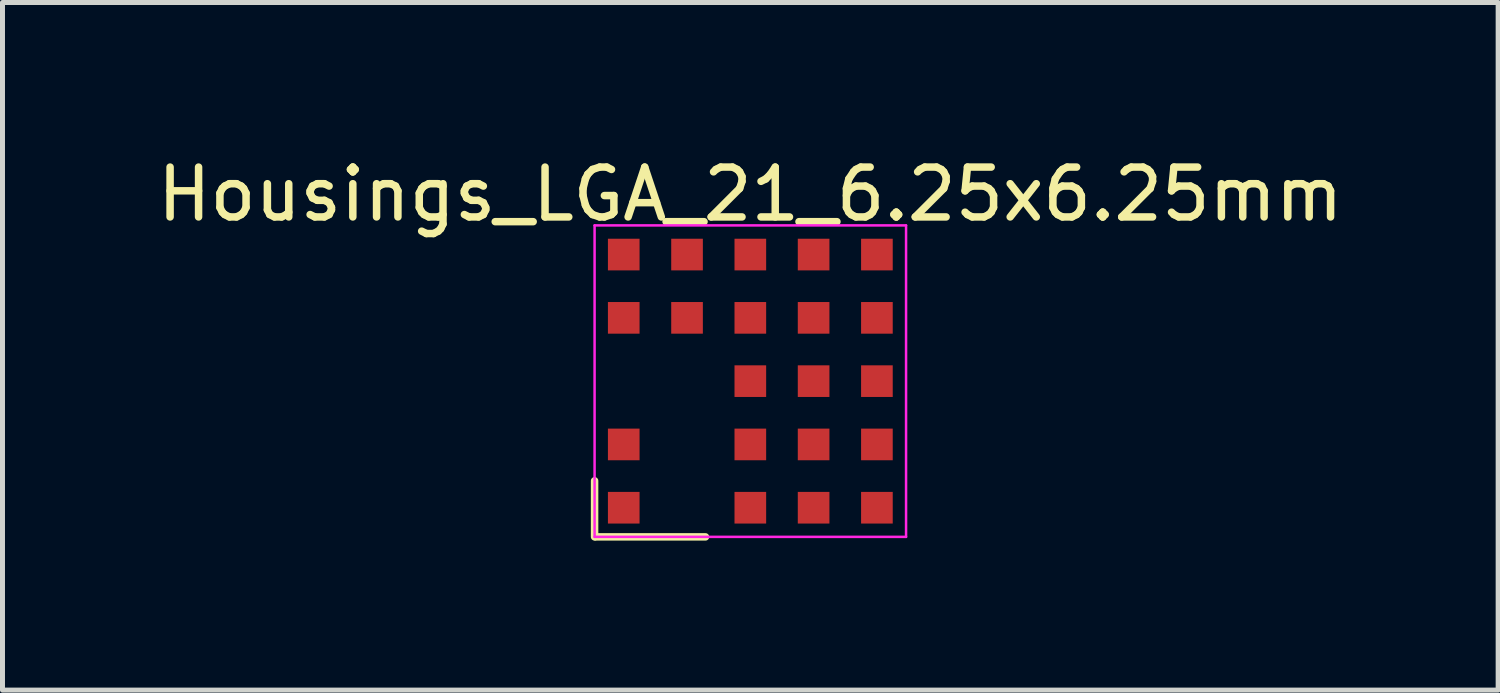
<source format=kicad_pcb>
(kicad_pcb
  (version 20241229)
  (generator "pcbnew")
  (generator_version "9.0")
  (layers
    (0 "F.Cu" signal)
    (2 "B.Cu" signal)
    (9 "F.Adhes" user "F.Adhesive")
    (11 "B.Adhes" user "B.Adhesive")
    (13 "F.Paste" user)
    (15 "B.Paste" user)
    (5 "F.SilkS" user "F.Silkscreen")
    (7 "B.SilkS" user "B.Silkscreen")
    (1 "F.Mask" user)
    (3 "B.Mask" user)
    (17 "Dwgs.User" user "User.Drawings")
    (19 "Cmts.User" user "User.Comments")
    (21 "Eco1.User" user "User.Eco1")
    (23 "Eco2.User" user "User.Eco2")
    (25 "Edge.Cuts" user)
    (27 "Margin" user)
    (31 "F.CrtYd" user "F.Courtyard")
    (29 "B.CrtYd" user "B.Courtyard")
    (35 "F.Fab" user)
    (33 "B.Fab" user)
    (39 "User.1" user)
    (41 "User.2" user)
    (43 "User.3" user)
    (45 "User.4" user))
  (footprint "Housings_LGA_21_6.25x6.25mm"
    (layer "F.Cu")
    (at 12.006 4.598)
    (property "Reference" "Housings_LGA_21_6.25x6.25mm" (at 0 -3.75 0) (layer "F.SilkS") (effects (font (size 1 1) (thickness 0.15))))
    (attr smd)
    (fp_line (start -3.125 3.125) (end -3.125 2) (stroke (width 0.15) (type solid)) (layer "F.SilkS"))
    (fp_line (start -3.1 3.125) (end -0.9 3.125) (stroke (width 0.15) (type solid)) (layer "F.SilkS"))
    (fp_line (start -3.125 -3.125) (end -3.125 3.125) (stroke (width 0.05) (type solid)) (layer "F.CrtYd"))
    (fp_line (start -3.125 -3.125) (end 3.125 -3.125) (stroke (width 0.05) (type solid)) (layer "F.CrtYd"))
    (fp_line (start -3.125 3.125) (end 3.125 3.125) (stroke (width 0.05) (type solid)) (layer "F.CrtYd"))
    (fp_line (start 3.125 -3.125) (end 3.125 3.125) (stroke (width 0.05) (type solid)) (layer "F.CrtYd"))
    (pad "1" smd rect (at -2.54 1.27) (size 0.635 0.635) (layers "F.Cu" "F.Mask" "F.Paste"))
    (pad "1" smd rect (at -2.54 2.54) (size 0.635 0.635) (layers "F.Cu" "F.Mask" "F.Paste"))
    (pad "2" smd rect (at -2.54 -2.54) (size 0.635 0.635) (layers "F.Cu" "F.Mask" "F.Paste"))
    (pad "2" smd rect (at -2.54 -1.27) (size 0.635 0.635) (layers "F.Cu" "F.Mask" "F.Paste"))
    (pad "2" smd rect (at -1.27 -2.54) (size 0.635 0.635) (layers "F.Cu" "F.Mask" "F.Paste"))
    (pad "2" smd rect (at -1.27 -1.27) (size 0.635 0.635) (layers "F.Cu" "F.Mask" "F.Paste"))
    (pad "2" smd rect (at 0 -2.54) (size 0.635 0.635) (layers "F.Cu" "F.Mask" "F.Paste"))
    (pad "2" smd rect (at 0 -1.27) (size 0.635 0.635) (layers "F.Cu" "F.Mask" "F.Paste"))
    (pad "3" smd rect (at 0 1.27) (size 0.635 0.635) (layers "F.Cu" "F.Mask" "F.Paste"))
    (pad "3" smd rect (at 1.27 -2.54) (size 0.635 0.635) (layers "F.Cu" "F.Mask" "F.Paste"))
    (pad "3" smd rect (at 1.27 -1.27) (size 0.635 0.635) (layers "F.Cu" "F.Mask" "F.Paste"))
    (pad "3" smd rect (at 1.27 0) (size 0.635 0.635) (layers "F.Cu" "F.Mask" "F.Paste"))
    (pad "3" smd rect (at 1.27 1.27) (size 0.635 0.635) (layers "F.Cu" "F.Mask" "F.Paste"))
    (pad "3" smd rect (at 1.27 2.54) (size 0.635 0.635) (layers "F.Cu" "F.Mask" "F.Paste"))
    (pad "3" smd rect (at 2.54 -2.54) (size 0.635 0.635) (layers "F.Cu" "F.Mask" "F.Paste"))
    (pad "3" smd rect (at 2.54 -1.27) (size 0.635 0.635) (layers "F.Cu" "F.Mask" "F.Paste"))
    (pad "3" smd rect (at 2.54 0) (size 0.635 0.635) (layers "F.Cu" "F.Mask" "F.Paste"))
    (pad "3" smd rect (at 2.54 1.27) (size 0.635 0.635) (layers "F.Cu" "F.Mask" "F.Paste"))
    (pad "4" smd rect (at 0 2.54) (size 0.635 0.635) (layers "F.Cu" "F.Mask" "F.Paste"))
    (pad "5" smd rect (at 2.54 2.54) (size 0.635 0.635) (layers "F.Cu" "F.Mask" "F.Paste"))
    (pad "6" smd rect (at 0 0) (size 0.635 0.635) (layers "F.Cu" "F.Mask" "F.Paste")))
  (gr_rect
    (start -3 -3)
    (end 27.012 10.798)
    (stroke (width 0.1) (type default))
    (fill no)
    (layer "Edge.Cuts")))
</source>
